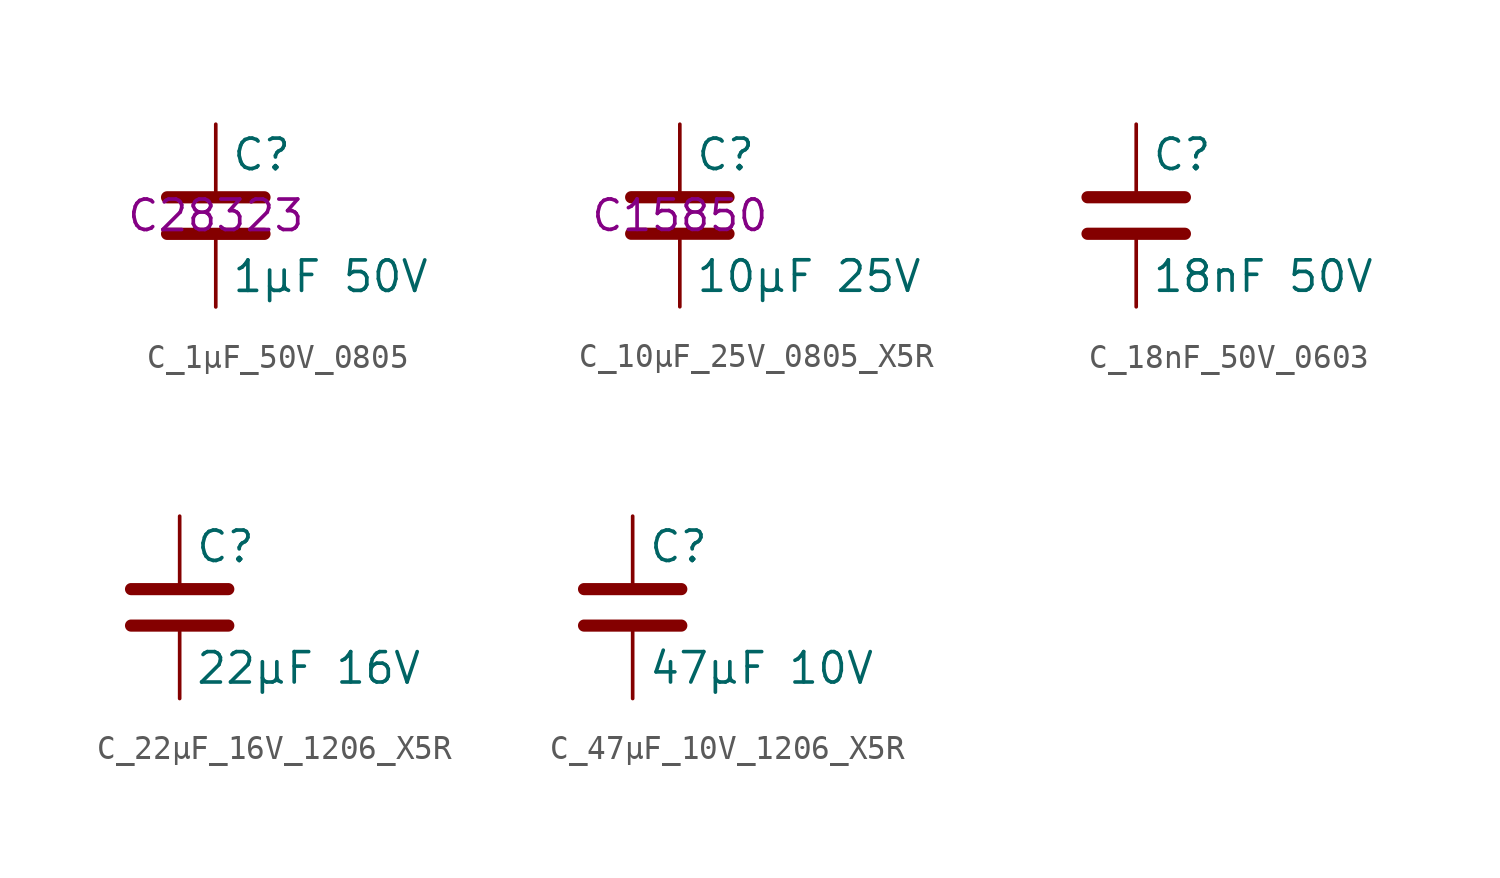
<source format=kicad_sym>
(kicad_symbol_lib
  (version 20231120)
  (generator "kicad_symbol_editor")
  (generator_version "8.0")
  (symbol "C_1µF_50V_0805"
    (pin_numbers hide)
    (pin_names
      (offset 0.254))
    (property "Reference" "C"
      (at 0.635 2.54 0)
      (effects (font (size 1.27 1.27)) (justify left)))
    (property "Value" "1µF 50V"
      (at 0.635 -2.54 0)
      (effects (font (size 1.27 1.27)) (justify left)))
    (property "JLCPCB" "C28323"
      (at 0 0 0)
      (effects (font (size 1.27 1.27))))
    (symbol "C_1µF_50V_0805_0_1"
      (polyline (pts (xy -2.032 -0.762) (xy 2.032 -0.762)) (stroke (width 0.508) (type default)) (fill (type none)))
      (polyline (pts (xy -2.032 0.762) (xy 2.032 0.762)) (stroke (width 0.508) (type default)) (fill (type none))))
    (symbol "C_1µF_50V_0805_1_1"
      (pin passive line (at 0 3.81 270) (length 2.794) (name "~" (effects (font (size 1.27 1.27)))) (number "1" (effects (font (size 1.27 1.27)))))
      (pin passive line (at 0 -3.81 90) (length 2.794) (name "~" (effects (font (size 1.27 1.27)))) (number "2" (effects (font (size 1.27 1.27)))))))
  (symbol "C_10µF_25V_0805_X5R"
    (pin_numbers hide)
    (pin_names
      (offset 0.254))
    (property "Reference" "C"
      (at 0.635 2.54 0)
      (effects (font (size 1.27 1.27)) (justify left)))
    (property "Value" "10µF 25V"
      (at 0.635 -2.54 0)
      (effects (font (size 1.27 1.27)) (justify left)))
    (property "JLCPCB" "C15850"
      (at 0 0 0)
      (effects (font (size 1.27 1.27))))
    (symbol "C_10µF_25V_0805_X5R_0_1"
      (polyline (pts (xy -2.032 -0.762) (xy 2.032 -0.762)) (stroke (width 0.508) (type default)) (fill (type none)))
      (polyline (pts (xy -2.032 0.762) (xy 2.032 0.762)) (stroke (width 0.508) (type default)) (fill (type none))))
    (symbol "C_10µF_25V_0805_X5R_1_1"
      (pin passive line (at 0 3.81 270) (length 2.794) (name "~" (effects (font (size 1.27 1.27)))) (number "1" (effects (font (size 1.27 1.27)))))
      (pin passive line (at 0 -3.81 90) (length 2.794) (name "~" (effects (font (size 1.27 1.27)))) (number "2" (effects (font (size 1.27 1.27)))))))
  (symbol "C_18nF_50V_0603"
    (pin_numbers hide)
    (pin_names
      (offset 0.254))
    (property "Reference" "C"
      (at 0.635 2.54 0)
      (effects (font (size 1.27 1.27)) (justify left)))
    (property "Value" "18nF 50V"
      (at 0.635 -2.54 0)
      (effects (font (size 1.27 1.27)) (justify left)))
    (symbol "C_18nF_50V_0603_0_1"
      (polyline (pts (xy -2.032 -0.762) (xy 2.032 -0.762)) (stroke (width 0.508) (type default)) (fill (type none)))
      (polyline (pts (xy -2.032 0.762) (xy 2.032 0.762)) (stroke (width 0.508) (type default)) (fill (type none))))
    (symbol "C_18nF_50V_0603_1_1"
      (pin passive line (at 0 3.81 270) (length 2.794) (name "~" (effects (font (size 1.27 1.27)))) (number "1" (effects (font (size 1.27 1.27)))))
      (pin passive line (at 0 -3.81 90) (length 2.794) (name "~" (effects (font (size 1.27 1.27)))) (number "2" (effects (font (size 1.27 1.27)))))))
  (symbol "C_22µF_16V_1206_X5R"
    (pin_numbers hide)
    (pin_names
      (offset 0.254))
    (property "Reference" "C"
      (at 0.635 2.54 0)
      (effects (font (size 1.27 1.27)) (justify left)))
    (property "Value" "22µF 16V"
      (at 0.635 -2.54 0)
      (effects (font (size 1.27 1.27)) (justify left)))
    (symbol "C_22µF_16V_1206_X5R_0_1"
      (polyline (pts (xy -2.032 -0.762) (xy 2.032 -0.762)) (stroke (width 0.508) (type default)) (fill (type none)))
      (polyline (pts (xy -2.032 0.762) (xy 2.032 0.762)) (stroke (width 0.508) (type default)) (fill (type none))))
    (symbol "C_22µF_16V_1206_X5R_1_1"
      (pin passive line (at 0 3.81 270) (length 2.794) (name "~" (effects (font (size 1.27 1.27)))) (number "1" (effects (font (size 1.27 1.27)))))
      (pin passive line (at 0 -3.81 90) (length 2.794) (name "~" (effects (font (size 1.27 1.27)))) (number "2" (effects (font (size 1.27 1.27)))))))
  (symbol "C_47µF_10V_1206_X5R"
    (pin_numbers hide)
    (pin_names
      (offset 0.254))
    (property "Reference" "C"
      (at 0.635 2.54 0)
      (effects (font (size 1.27 1.27)) (justify left)))
    (property "Value" "47µF 10V"
      (at 0.635 -2.54 0)
      (effects (font (size 1.27 1.27)) (justify left)))
    (symbol "C_47µF_10V_1206_X5R_0_1"
      (polyline (pts (xy -2.032 -0.762) (xy 2.032 -0.762)) (stroke (width 0.508) (type default)) (fill (type none)))
      (polyline (pts (xy -2.032 0.762) (xy 2.032 0.762)) (stroke (width 0.508) (type default)) (fill (type none))))
    (symbol "C_47µF_10V_1206_X5R_1_1"
      (pin passive line (at 0 3.81 270) (length 2.794) (name "~" (effects (font (size 1.27 1.27)))) (number "1" (effects (font (size 1.27 1.27)))))
      (pin passive line (at 0 -3.81 90) (length 2.794) (name "~" (effects (font (size 1.27 1.27)))) (number "2" (effects (font (size 1.27 1.27))))))))
</source>
